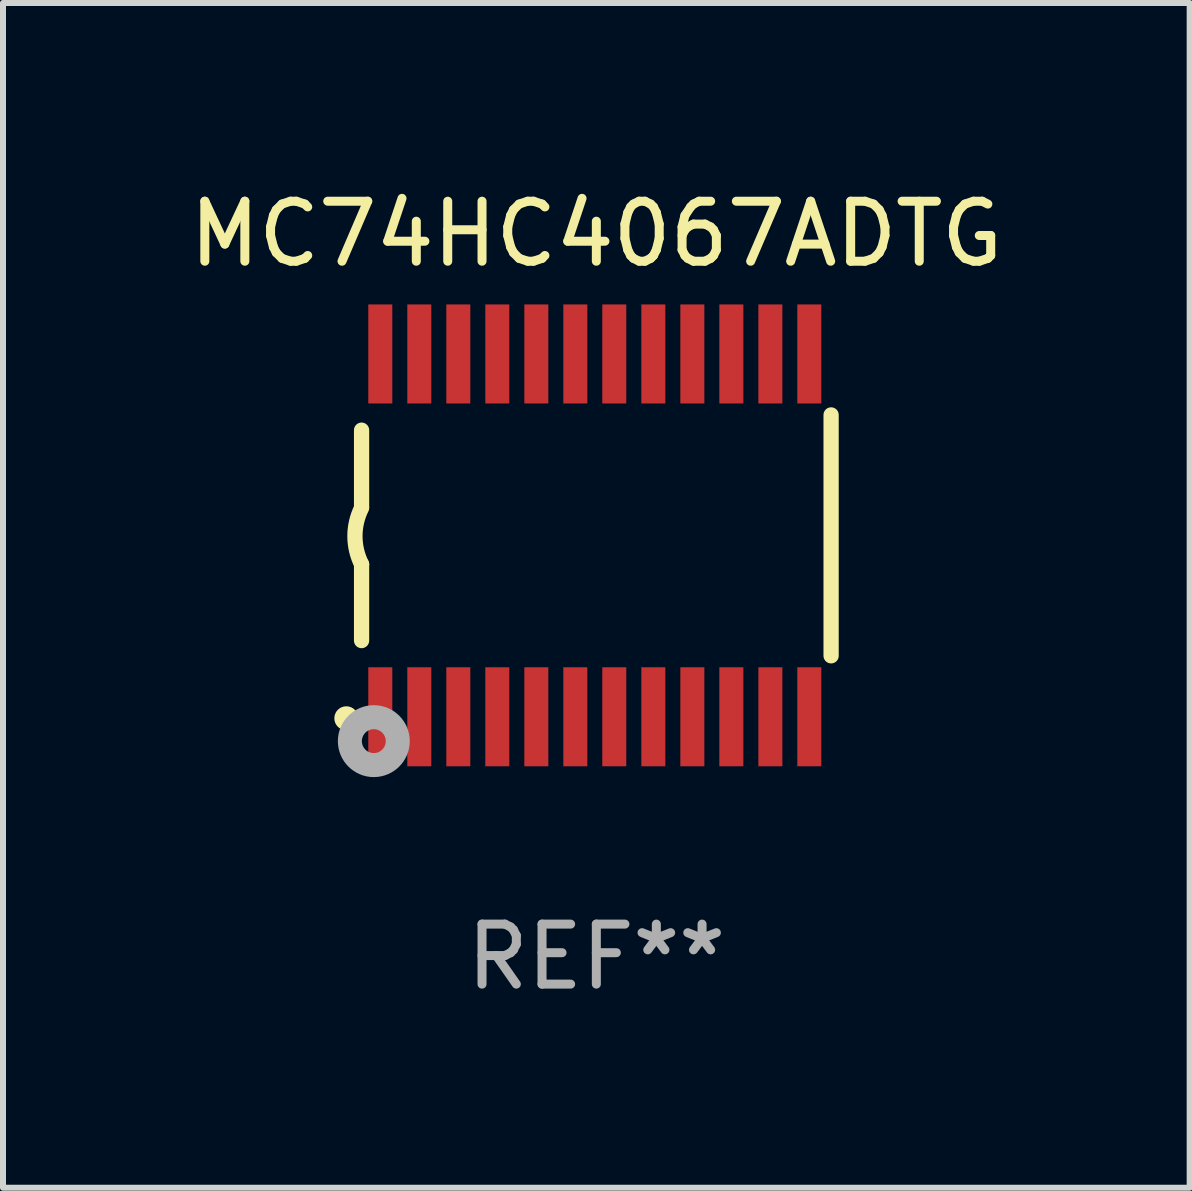
<source format=kicad_pcb>
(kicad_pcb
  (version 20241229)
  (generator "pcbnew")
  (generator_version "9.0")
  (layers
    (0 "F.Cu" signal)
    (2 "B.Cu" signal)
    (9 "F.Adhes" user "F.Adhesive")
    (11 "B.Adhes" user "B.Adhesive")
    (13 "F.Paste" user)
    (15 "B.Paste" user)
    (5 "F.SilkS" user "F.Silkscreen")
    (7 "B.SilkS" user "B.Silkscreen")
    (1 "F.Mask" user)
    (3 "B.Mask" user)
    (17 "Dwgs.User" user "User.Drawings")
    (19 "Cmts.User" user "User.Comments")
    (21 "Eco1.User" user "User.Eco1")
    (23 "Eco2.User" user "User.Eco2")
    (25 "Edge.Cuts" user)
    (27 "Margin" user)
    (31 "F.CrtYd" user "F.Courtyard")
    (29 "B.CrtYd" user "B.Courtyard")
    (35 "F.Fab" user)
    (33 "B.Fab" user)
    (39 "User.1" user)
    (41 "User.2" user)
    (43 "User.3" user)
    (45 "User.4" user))
  (footprint "MC74HC4067ADTG"
    (layer "F.Cu")
    (at 6.887 5.871)
    (property "Reference" "MC74HC4067ADTG" (at 0 -5.023 0) (layer "F.SilkS") (effects (font (size 1 1) (thickness 0.15))))
    (attr through_hole)
    (fp_line (start -3.912 -0.483) (end -3.912 -1.753) (stroke (width 0.254) (type solid)) (layer "F.SilkS"))
    (fp_line (start -3.912 1.753) (end -3.912 0.483) (stroke (width 0.254) (type solid)) (layer "F.SilkS"))
    (fp_line (start 3.912 -2.007) (end 3.912 2.007) (stroke (width 0.254) (type solid)) (layer "F.SilkS"))
    (fp_arc (start -3.911608 0.482601) (mid -4.022537 0.0127) (end -3.911608 -0.457201) (stroke (width 0.254001) (type solid)) (layer "F.SilkS"))
    (fp_circle (center -4.166 3.048) (end -4.066 3.048) (stroke (width 0.2) (type solid)) (fill no) (layer "F.SilkS"))
    (fp_circle (center -3.925 3.186) (end -3.895 3.186) (stroke (width 0.06) (type solid)) (fill no) (layer "F.SilkS"))
    (fp_circle (center -3.708 3.429) (end -3.509 3.429) (stroke (width 0.4) (type solid)) (fill no) (layer "F.Fab"))
    (fp_text user "REF**" (at 0 7.023 0) (layer "F.Fab") (effects (font (size 1 1) (thickness 0.15))))
    (pad "1" smd rect (at -3.6 3.023) (size 0.4 1.65) (layers "F.Cu" "F.Mask" "F.Paste"))
    (pad "2" smd rect (at -2.95 3.023) (size 0.4 1.65) (layers "F.Cu" "F.Mask" "F.Paste"))
    (pad "3" smd rect (at -2.3 3.023) (size 0.4 1.65) (layers "F.Cu" "F.Mask" "F.Paste"))
    (pad "4" smd rect (at -1.65 3.023) (size 0.4 1.65) (layers "F.Cu" "F.Mask" "F.Paste"))
    (pad "5" smd rect (at -1 3.023) (size 0.4 1.65) (layers "F.Cu" "F.Mask" "F.Paste"))
    (pad "6" smd rect (at -0.35 3.023) (size 0.4 1.65) (layers "F.Cu" "F.Mask" "F.Paste"))
    (pad "7" smd rect (at 0.299 3.023) (size 0.4 1.65) (layers "F.Cu" "F.Mask" "F.Paste"))
    (pad "8" smd rect (at 0.95 3.023) (size 0.4 1.65) (layers "F.Cu" "F.Mask" "F.Paste"))
    (pad "9" smd rect (at 1.6 3.023) (size 0.4 1.65) (layers "F.Cu" "F.Mask" "F.Paste"))
    (pad "10" smd rect (at 2.25 3.023) (size 0.4 1.65) (layers "F.Cu" "F.Mask" "F.Paste"))
    (pad "11" smd rect (at 2.9 3.023) (size 0.4 1.65) (layers "F.Cu" "F.Mask" "F.Paste"))
    (pad "12" smd rect (at 3.549 3.023) (size 0.4 1.65) (layers "F.Cu" "F.Mask" "F.Paste"))
    (pad "13" smd rect (at 3.549 -3.023) (size 0.4 1.65) (layers "F.Cu" "F.Mask" "F.Paste"))
    (pad "14" smd rect (at 2.9 -3.023) (size 0.4 1.65) (layers "F.Cu" "F.Mask" "F.Paste"))
    (pad "15" smd rect (at 2.25 -3.023) (size 0.4 1.65) (layers "F.Cu" "F.Mask" "F.Paste"))
    (pad "16" smd rect (at 1.6 -3.023) (size 0.4 1.65) (layers "F.Cu" "F.Mask" "F.Paste"))
    (pad "17" smd rect (at 0.95 -3.023) (size 0.4 1.65) (layers "F.Cu" "F.Mask" "F.Paste"))
    (pad "18" smd rect (at 0.299 -3.023) (size 0.4 1.65) (layers "F.Cu" "F.Mask" "F.Paste"))
    (pad "19" smd rect (at -0.35 -3.023) (size 0.4 1.65) (layers "F.Cu" "F.Mask" "F.Paste"))
    (pad "20" smd rect (at -1 -3.023) (size 0.4 1.65) (layers "F.Cu" "F.Mask" "F.Paste"))
    (pad "21" smd rect (at -1.65 -3.023) (size 0.4 1.65) (layers "F.Cu" "F.Mask" "F.Paste"))
    (pad "22" smd rect (at -2.3 -3.023) (size 0.4 1.65) (layers "F.Cu" "F.Mask" "F.Paste"))
    (pad "23" smd rect (at -2.95 -3.023) (size 0.4 1.65) (layers "F.Cu" "F.Mask" "F.Paste"))
    (pad "24" smd rect (at -3.6 -3.023) (size 0.4 1.65) (layers "F.Cu" "F.Mask" "F.Paste")))
  (gr_rect
    (start -3 -3)
    (end 16.774 16.742)
    (stroke (width 0.1) (type default))
    (fill no)
    (layer "Edge.Cuts")))
</source>
